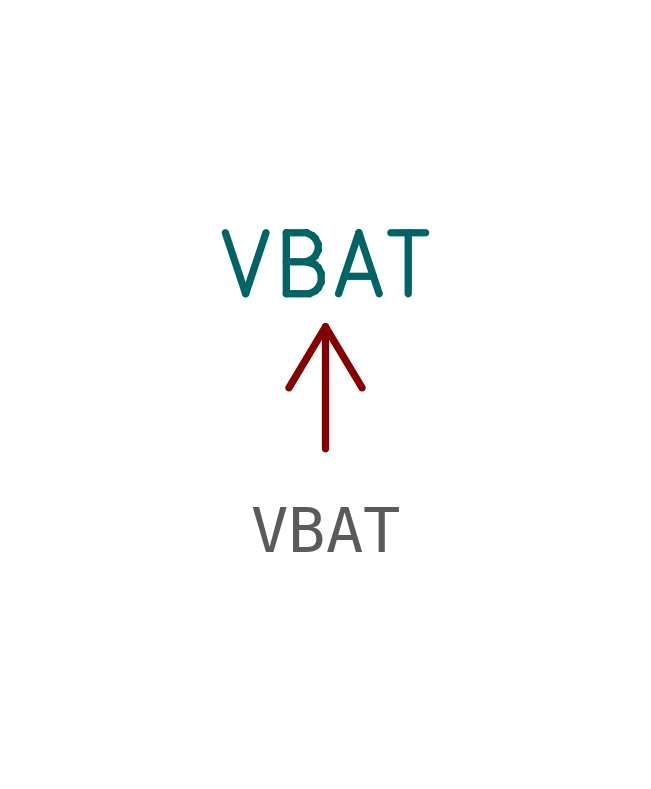
<source format=kicad_sym>
(kicad_symbol_lib
  (version 20211014)
  (generator kicad_symbol_editor)
  (symbol "VBAT"
    (power)
    (property "Reference" "#PWR"
      (at 3.81 1.27 0)
      (effects (font (size 1.27 1.27)) hide))
    (property "Value" "VBAT"
      (at 0 3.81 0)
      (effects (font (size 1.27 1.27))))
    (symbol "VBAT_0_0"
      (pin power_in line (at 0 0 90) (length 0) hide (name "VBAT" (effects (font (size 1.27 1.27)))) (number "1" (effects (font (size 1.27 1.27))))))
    (symbol "VBAT_0_1"
      (polyline (pts (xy -0.762 1.27) (xy 0 2.54)) (stroke (width 0) (type default) (color 0 0 0 0)) (fill (type none)))
      (polyline (pts (xy 0 0) (xy 0 2.54)) (stroke (width 0) (type default) (color 0 0 0 0)) (fill (type none)))
      (polyline (pts (xy 0 2.54) (xy 0.762 1.27)) (stroke (width 0) (type default) (color 0 0 0 0)) (fill (type none))))))
</source>
